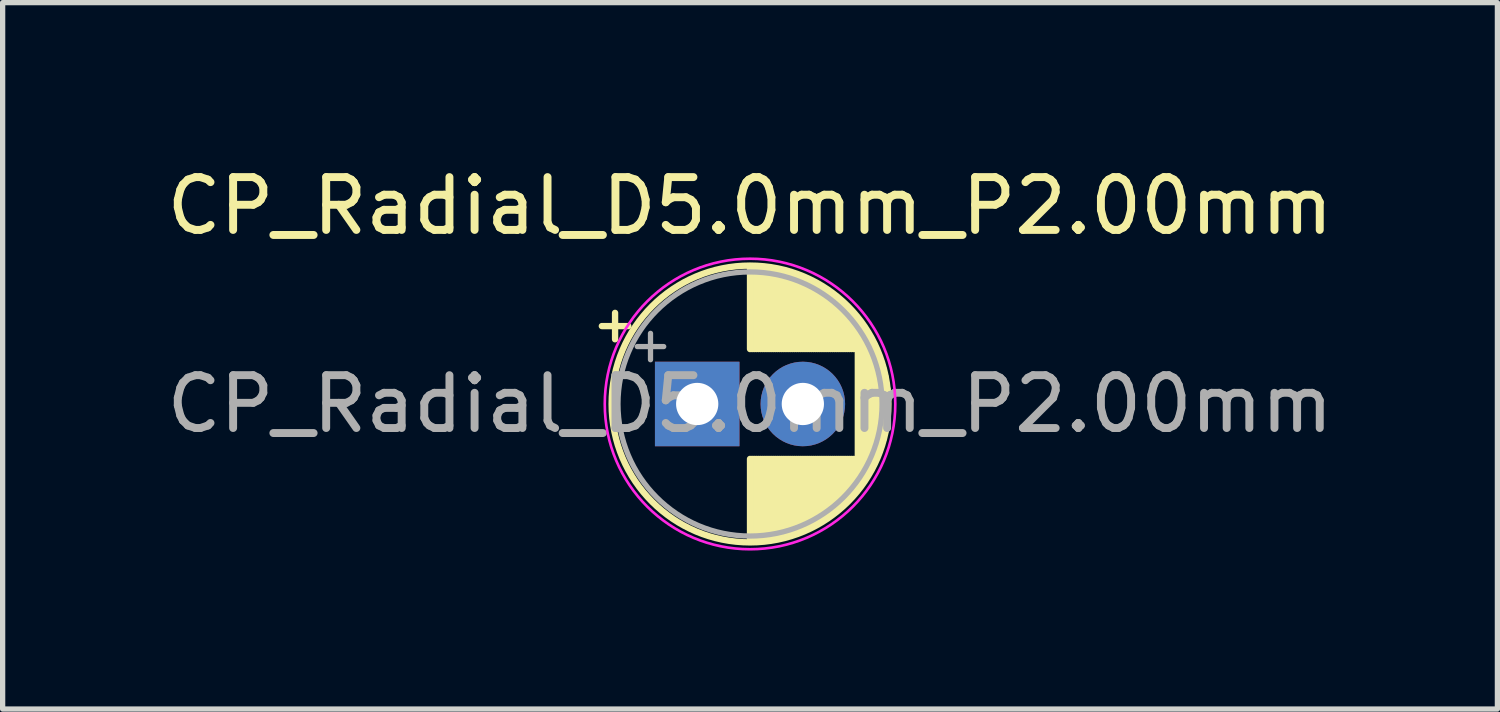
<source format=kicad_pcb>
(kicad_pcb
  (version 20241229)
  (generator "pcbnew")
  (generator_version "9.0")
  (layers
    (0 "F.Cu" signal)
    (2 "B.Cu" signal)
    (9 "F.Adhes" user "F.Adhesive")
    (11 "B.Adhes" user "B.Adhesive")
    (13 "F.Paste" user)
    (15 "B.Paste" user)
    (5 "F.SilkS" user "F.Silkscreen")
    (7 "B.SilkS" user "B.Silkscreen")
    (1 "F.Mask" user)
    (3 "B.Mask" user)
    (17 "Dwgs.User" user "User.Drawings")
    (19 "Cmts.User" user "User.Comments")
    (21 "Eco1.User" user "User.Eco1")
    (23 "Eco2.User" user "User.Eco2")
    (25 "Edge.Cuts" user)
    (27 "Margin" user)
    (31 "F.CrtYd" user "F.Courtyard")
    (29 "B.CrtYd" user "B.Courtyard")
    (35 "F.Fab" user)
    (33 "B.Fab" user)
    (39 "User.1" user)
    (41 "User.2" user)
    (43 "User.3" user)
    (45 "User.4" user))
  (footprint "CP_Radial_D5.0mm_P2.00mm"
    (layer "F.Cu")
    (at 10.149 4.598)
    (property "Reference" "CP_Radial_D5.0mm_P2.00mm" (at 1 -3.75 0) (layer "F.SilkS") (effects (font (size 1 1) (thickness 0.15))))
    (attr through_hole)
    (fp_line (start -1.805 -1.475) (end -1.305 -1.475) (stroke (width 0.12) (type solid)) (layer "F.SilkS"))
    (fp_line (start -1.555 -1.725) (end -1.555 -1.225) (stroke (width 0.12) (type solid)) (layer "F.SilkS"))
    (fp_line (start 1 -2.58) (end 1 -1.04) (stroke (width 0.12) (type solid)) (layer "F.SilkS"))
    (fp_line (start 1 1.04) (end 1 2.58) (stroke (width 0.12) (type solid)) (layer "F.SilkS"))
    (fp_line (start 1.04 -2.58) (end 1.04 -1.04) (stroke (width 0.12) (type solid)) (layer "F.SilkS"))
    (fp_line (start 1.04 1.04) (end 1.04 2.58) (stroke (width 0.12) (type solid)) (layer "F.SilkS"))
    (fp_line (start 1.08 -2.579) (end 1.08 -1.04) (stroke (width 0.12) (type solid)) (layer "F.SilkS"))
    (fp_line (start 1.08 1.04) (end 1.08 2.579) (stroke (width 0.12) (type solid)) (layer "F.SilkS"))
    (fp_line (start 1.12 -2.578) (end 1.12 -1.04) (stroke (width 0.12) (type solid)) (layer "F.SilkS"))
    (fp_line (start 1.12 1.04) (end 1.12 2.578) (stroke (width 0.12) (type solid)) (layer "F.SilkS"))
    (fp_line (start 1.16 -2.576) (end 1.16 -1.04) (stroke (width 0.12) (type solid)) (layer "F.SilkS"))
    (fp_line (start 1.16 1.04) (end 1.16 2.576) (stroke (width 0.12) (type solid)) (layer "F.SilkS"))
    (fp_line (start 1.2 -2.573) (end 1.2 -1.04) (stroke (width 0.12) (type solid)) (layer "F.SilkS"))
    (fp_line (start 1.2 1.04) (end 1.2 2.573) (stroke (width 0.12) (type solid)) (layer "F.SilkS"))
    (fp_line (start 1.24 -2.569) (end 1.24 -1.04) (stroke (width 0.12) (type solid)) (layer "F.SilkS"))
    (fp_line (start 1.24 1.04) (end 1.24 2.569) (stroke (width 0.12) (type solid)) (layer "F.SilkS"))
    (fp_line (start 1.28 -2.565) (end 1.28 -1.04) (stroke (width 0.12) (type solid)) (layer "F.SilkS"))
    (fp_line (start 1.28 1.04) (end 1.28 2.565) (stroke (width 0.12) (type solid)) (layer "F.SilkS"))
    (fp_line (start 1.32 -2.561) (end 1.32 -1.04) (stroke (width 0.12) (type solid)) (layer "F.SilkS"))
    (fp_line (start 1.32 1.04) (end 1.32 2.561) (stroke (width 0.12) (type solid)) (layer "F.SilkS"))
    (fp_line (start 1.36 -2.556) (end 1.36 -1.04) (stroke (width 0.12) (type solid)) (layer "F.SilkS"))
    (fp_line (start 1.36 1.04) (end 1.36 2.556) (stroke (width 0.12) (type solid)) (layer "F.SilkS"))
    (fp_line (start 1.4 -2.55) (end 1.4 -1.04) (stroke (width 0.12) (type solid)) (layer "F.SilkS"))
    (fp_line (start 1.4 1.04) (end 1.4 2.55) (stroke (width 0.12) (type solid)) (layer "F.SilkS"))
    (fp_line (start 1.44 -2.543) (end 1.44 -1.04) (stroke (width 0.12) (type solid)) (layer "F.SilkS"))
    (fp_line (start 1.44 1.04) (end 1.44 2.543) (stroke (width 0.12) (type solid)) (layer "F.SilkS"))
    (fp_line (start 1.48 -2.536) (end 1.48 -1.04) (stroke (width 0.12) (type solid)) (layer "F.SilkS"))
    (fp_line (start 1.48 1.04) (end 1.48 2.536) (stroke (width 0.12) (type solid)) (layer "F.SilkS"))
    (fp_line (start 1.52 -2.528) (end 1.52 -1.04) (stroke (width 0.12) (type solid)) (layer "F.SilkS"))
    (fp_line (start 1.52 1.04) (end 1.52 2.528) (stroke (width 0.12) (type solid)) (layer "F.SilkS"))
    (fp_line (start 1.56 -2.52) (end 1.56 -1.04) (stroke (width 0.12) (type solid)) (layer "F.SilkS"))
    (fp_line (start 1.56 1.04) (end 1.56 2.52) (stroke (width 0.12) (type solid)) (layer "F.SilkS"))
    (fp_line (start 1.6 -2.511) (end 1.6 -1.04) (stroke (width 0.12) (type solid)) (layer "F.SilkS"))
    (fp_line (start 1.6 1.04) (end 1.6 2.511) (stroke (width 0.12) (type solid)) (layer "F.SilkS"))
    (fp_line (start 1.64 -2.501) (end 1.64 -1.04) (stroke (width 0.12) (type solid)) (layer "F.SilkS"))
    (fp_line (start 1.64 1.04) (end 1.64 2.501) (stroke (width 0.12) (type solid)) (layer "F.SilkS"))
    (fp_line (start 1.68 -2.491) (end 1.68 -1.04) (stroke (width 0.12) (type solid)) (layer "F.SilkS"))
    (fp_line (start 1.68 1.04) (end 1.68 2.491) (stroke (width 0.12) (type solid)) (layer "F.SilkS"))
    (fp_line (start 1.721 -2.48) (end 1.721 -1.04) (stroke (width 0.12) (type solid)) (layer "F.SilkS"))
    (fp_line (start 1.721 1.04) (end 1.721 2.48) (stroke (width 0.12) (type solid)) (layer "F.SilkS"))
    (fp_line (start 1.761 -2.468) (end 1.761 -1.04) (stroke (width 0.12) (type solid)) (layer "F.SilkS"))
    (fp_line (start 1.761 1.04) (end 1.761 2.468) (stroke (width 0.12) (type solid)) (layer "F.SilkS"))
    (fp_line (start 1.801 -2.455) (end 1.801 -1.04) (stroke (width 0.12) (type solid)) (layer "F.SilkS"))
    (fp_line (start 1.801 1.04) (end 1.801 2.455) (stroke (width 0.12) (type solid)) (layer "F.SilkS"))
    (fp_line (start 1.841 -2.442) (end 1.841 -1.04) (stroke (width 0.12) (type solid)) (layer "F.SilkS"))
    (fp_line (start 1.841 1.04) (end 1.841 2.442) (stroke (width 0.12) (type solid)) (layer "F.SilkS"))
    (fp_line (start 1.881 -2.428) (end 1.881 -1.04) (stroke (width 0.12) (type solid)) (layer "F.SilkS"))
    (fp_line (start 1.881 1.04) (end 1.881 2.428) (stroke (width 0.12) (type solid)) (layer "F.SilkS"))
    (fp_line (start 1.921 -2.414) (end 1.921 -1.04) (stroke (width 0.12) (type solid)) (layer "F.SilkS"))
    (fp_line (start 1.921 1.04) (end 1.921 2.414) (stroke (width 0.12) (type solid)) (layer "F.SilkS"))
    (fp_line (start 1.961 -2.398) (end 1.961 -1.04) (stroke (width 0.12) (type solid)) (layer "F.SilkS"))
    (fp_line (start 1.961 1.04) (end 1.961 2.398) (stroke (width 0.12) (type solid)) (layer "F.SilkS"))
    (fp_line (start 2.001 -2.382) (end 2.001 -1.04) (stroke (width 0.12) (type solid)) (layer "F.SilkS"))
    (fp_line (start 2.001 1.04) (end 2.001 2.382) (stroke (width 0.12) (type solid)) (layer "F.SilkS"))
    (fp_line (start 2.041 -2.365) (end 2.041 -1.04) (stroke (width 0.12) (type solid)) (layer "F.SilkS"))
    (fp_line (start 2.041 1.04) (end 2.041 2.365) (stroke (width 0.12) (type solid)) (layer "F.SilkS"))
    (fp_line (start 2.081 -2.348) (end 2.081 -1.04) (stroke (width 0.12) (type solid)) (layer "F.SilkS"))
    (fp_line (start 2.081 1.04) (end 2.081 2.348) (stroke (width 0.12) (type solid)) (layer "F.SilkS"))
    (fp_line (start 2.121 -2.329) (end 2.121 -1.04) (stroke (width 0.12) (type solid)) (layer "F.SilkS"))
    (fp_line (start 2.121 1.04) (end 2.121 2.329) (stroke (width 0.12) (type solid)) (layer "F.SilkS"))
    (fp_line (start 2.161 -2.31) (end 2.161 -1.04) (stroke (width 0.12) (type solid)) (layer "F.SilkS"))
    (fp_line (start 2.161 1.04) (end 2.161 2.31) (stroke (width 0.12) (type solid)) (layer "F.SilkS"))
    (fp_line (start 2.201 -2.29) (end 2.201 -1.04) (stroke (width 0.12) (type solid)) (layer "F.SilkS"))
    (fp_line (start 2.201 1.04) (end 2.201 2.29) (stroke (width 0.12) (type solid)) (layer "F.SilkS"))
    (fp_line (start 2.241 -2.268) (end 2.241 -1.04) (stroke (width 0.12) (type solid)) (layer "F.SilkS"))
    (fp_line (start 2.241 1.04) (end 2.241 2.268) (stroke (width 0.12) (type solid)) (layer "F.SilkS"))
    (fp_line (start 2.281 -2.247) (end 2.281 -1.04) (stroke (width 0.12) (type solid)) (layer "F.SilkS"))
    (fp_line (start 2.281 1.04) (end 2.281 2.247) (stroke (width 0.12) (type solid)) (layer "F.SilkS"))
    (fp_line (start 2.321 -2.224) (end 2.321 -1.04) (stroke (width 0.12) (type solid)) (layer "F.SilkS"))
    (fp_line (start 2.321 1.04) (end 2.321 2.224) (stroke (width 0.12) (type solid)) (layer "F.SilkS"))
    (fp_line (start 2.361 -2.2) (end 2.361 -1.04) (stroke (width 0.12) (type solid)) (layer "F.SilkS"))
    (fp_line (start 2.361 1.04) (end 2.361 2.2) (stroke (width 0.12) (type solid)) (layer "F.SilkS"))
    (fp_line (start 2.401 -2.175) (end 2.401 -1.04) (stroke (width 0.12) (type solid)) (layer "F.SilkS"))
    (fp_line (start 2.401 1.04) (end 2.401 2.175) (stroke (width 0.12) (type solid)) (layer "F.SilkS"))
    (fp_line (start 2.441 -2.149) (end 2.441 -1.04) (stroke (width 0.12) (type solid)) (layer "F.SilkS"))
    (fp_line (start 2.441 1.04) (end 2.441 2.149) (stroke (width 0.12) (type solid)) (layer "F.SilkS"))
    (fp_line (start 2.481 -2.122) (end 2.481 -1.04) (stroke (width 0.12) (type solid)) (layer "F.SilkS"))
    (fp_line (start 2.481 1.04) (end 2.481 2.122) (stroke (width 0.12) (type solid)) (layer "F.SilkS"))
    (fp_line (start 2.521 -2.095) (end 2.521 -1.04) (stroke (width 0.12) (type solid)) (layer "F.SilkS"))
    (fp_line (start 2.521 1.04) (end 2.521 2.095) (stroke (width 0.12) (type solid)) (layer "F.SilkS"))
    (fp_line (start 2.561 -2.065) (end 2.561 -1.04) (stroke (width 0.12) (type solid)) (layer "F.SilkS"))
    (fp_line (start 2.561 1.04) (end 2.561 2.065) (stroke (width 0.12) (type solid)) (layer "F.SilkS"))
    (fp_line (start 2.601 -2.035) (end 2.601 -1.04) (stroke (width 0.12) (type solid)) (layer "F.SilkS"))
    (fp_line (start 2.601 1.04) (end 2.601 2.035) (stroke (width 0.12) (type solid)) (layer "F.SilkS"))
    (fp_line (start 2.641 -2.004) (end 2.641 -1.04) (stroke (width 0.12) (type solid)) (layer "F.SilkS"))
    (fp_line (start 2.641 1.04) (end 2.641 2.004) (stroke (width 0.12) (type solid)) (layer "F.SilkS"))
    (fp_line (start 2.681 -1.971) (end 2.681 -1.04) (stroke (width 0.12) (type solid)) (layer "F.SilkS"))
    (fp_line (start 2.681 1.04) (end 2.681 1.971) (stroke (width 0.12) (type solid)) (layer "F.SilkS"))
    (fp_line (start 2.721 -1.937) (end 2.721 -1.04) (stroke (width 0.12) (type solid)) (layer "F.SilkS"))
    (fp_line (start 2.721 1.04) (end 2.721 1.937) (stroke (width 0.12) (type solid)) (layer "F.SilkS"))
    (fp_line (start 2.761 -1.901) (end 2.761 -1.04) (stroke (width 0.12) (type solid)) (layer "F.SilkS"))
    (fp_line (start 2.761 1.04) (end 2.761 1.901) (stroke (width 0.12) (type solid)) (layer "F.SilkS"))
    (fp_line (start 2.801 -1.864) (end 2.801 -1.04) (stroke (width 0.12) (type solid)) (layer "F.SilkS"))
    (fp_line (start 2.801 1.04) (end 2.801 1.864) (stroke (width 0.12) (type solid)) (layer "F.SilkS"))
    (fp_line (start 2.841 -1.826) (end 2.841 -1.04) (stroke (width 0.12) (type solid)) (layer "F.SilkS"))
    (fp_line (start 2.841 1.04) (end 2.841 1.826) (stroke (width 0.12) (type solid)) (layer "F.SilkS"))
    (fp_line (start 2.881 -1.785) (end 2.881 -1.04) (stroke (width 0.12) (type solid)) (layer "F.SilkS"))
    (fp_line (start 2.881 1.04) (end 2.881 1.785) (stroke (width 0.12) (type solid)) (layer "F.SilkS"))
    (fp_line (start 2.921 -1.743) (end 2.921 -1.04) (stroke (width 0.12) (type solid)) (layer "F.SilkS"))
    (fp_line (start 2.921 1.04) (end 2.921 1.743) (stroke (width 0.12) (type solid)) (layer "F.SilkS"))
    (fp_line (start 2.961 -1.699) (end 2.961 -1.04) (stroke (width 0.12) (type solid)) (layer "F.SilkS"))
    (fp_line (start 2.961 1.04) (end 2.961 1.699) (stroke (width 0.12) (type solid)) (layer "F.SilkS"))
    (fp_line (start 3.001 -1.653) (end 3.001 -1.04) (stroke (width 0.12) (type solid)) (layer "F.SilkS"))
    (fp_line (start 3.001 1.04) (end 3.001 1.653) (stroke (width 0.12) (type solid)) (layer "F.SilkS"))
    (fp_line (start 3.041 -1.605) (end 3.041 1.605) (stroke (width 0.12) (type solid)) (layer "F.SilkS"))
    (fp_line (start 3.081 -1.554) (end 3.081 1.554) (stroke (width 0.12) (type solid)) (layer "F.SilkS"))
    (fp_line (start 3.121 -1.5) (end 3.121 1.5) (stroke (width 0.12) (type solid)) (layer "F.SilkS"))
    (fp_line (start 3.161 -1.443) (end 3.161 1.443) (stroke (width 0.12) (type solid)) (layer "F.SilkS"))
    (fp_line (start 3.201 -1.383) (end 3.201 1.383) (stroke (width 0.12) (type solid)) (layer "F.SilkS"))
    (fp_line (start 3.241 -1.319) (end 3.241 1.319) (stroke (width 0.12) (type solid)) (layer "F.SilkS"))
    (fp_line (start 3.281 -1.251) (end 3.281 1.251) (stroke (width 0.12) (type solid)) (layer "F.SilkS"))
    (fp_line (start 3.321 -1.178) (end 3.321 1.178) (stroke (width 0.12) (type solid)) (layer "F.SilkS"))
    (fp_line (start 3.361 -1.098) (end 3.361 1.098) (stroke (width 0.12) (type solid)) (layer "F.SilkS"))
    (fp_line (start 3.401 -1.011) (end 3.401 1.011) (stroke (width 0.12) (type solid)) (layer "F.SilkS"))
    (fp_line (start 3.441 -0.915) (end 3.441 0.915) (stroke (width 0.12) (type solid)) (layer "F.SilkS"))
    (fp_line (start 3.481 -0.805) (end 3.481 0.805) (stroke (width 0.12) (type solid)) (layer "F.SilkS"))
    (fp_line (start 3.521 -0.677) (end 3.521 0.677) (stroke (width 0.12) (type solid)) (layer "F.SilkS"))
    (fp_line (start 3.561 -0.518) (end 3.561 0.518) (stroke (width 0.12) (type solid)) (layer "F.SilkS"))
    (fp_line (start 3.601 -0.284) (end 3.601 0.284) (stroke (width 0.12) (type solid)) (layer "F.SilkS"))
    (fp_circle (center 1 0) (end 3.62 0) (stroke (width 0.12) (type solid)) (fill no) (layer "F.SilkS"))
    (fp_circle (center 1 0) (end 3.75 0) (stroke (width 0.05) (type solid)) (fill no) (layer "F.CrtYd"))
    (fp_line (start -1.134 -1.087) (end -0.634 -1.087) (stroke (width 0.1) (type solid)) (layer "F.Fab"))
    (fp_line (start -0.884 -1.337) (end -0.884 -0.838) (stroke (width 0.1) (type solid)) (layer "F.Fab"))
    (fp_circle (center 1 0) (end 3.5 0) (stroke (width 0.1) (type solid)) (fill no) (layer "F.Fab"))
    (fp_text user "${REFERENCE}" (at 1 0 0) (layer "F.Fab") (effects (font (size 1 1) (thickness 0.15))))
    (pad "1" thru_hole rect (at 0 0) (size 1.6 1.6) (drill 0.8) (layers "*.Cu" "*.Mask"))
    (pad "2" thru_hole circle (at 2 0) (size 1.6 1.6) (drill 0.8) (layers "*.Cu" "*.Mask")))
  (gr_rect
    (start -3 -3)
    (end 25.298 10.373)
    (stroke (width 0.1) (type default))
    (fill no)
    (layer "Edge.Cuts")))
</source>
